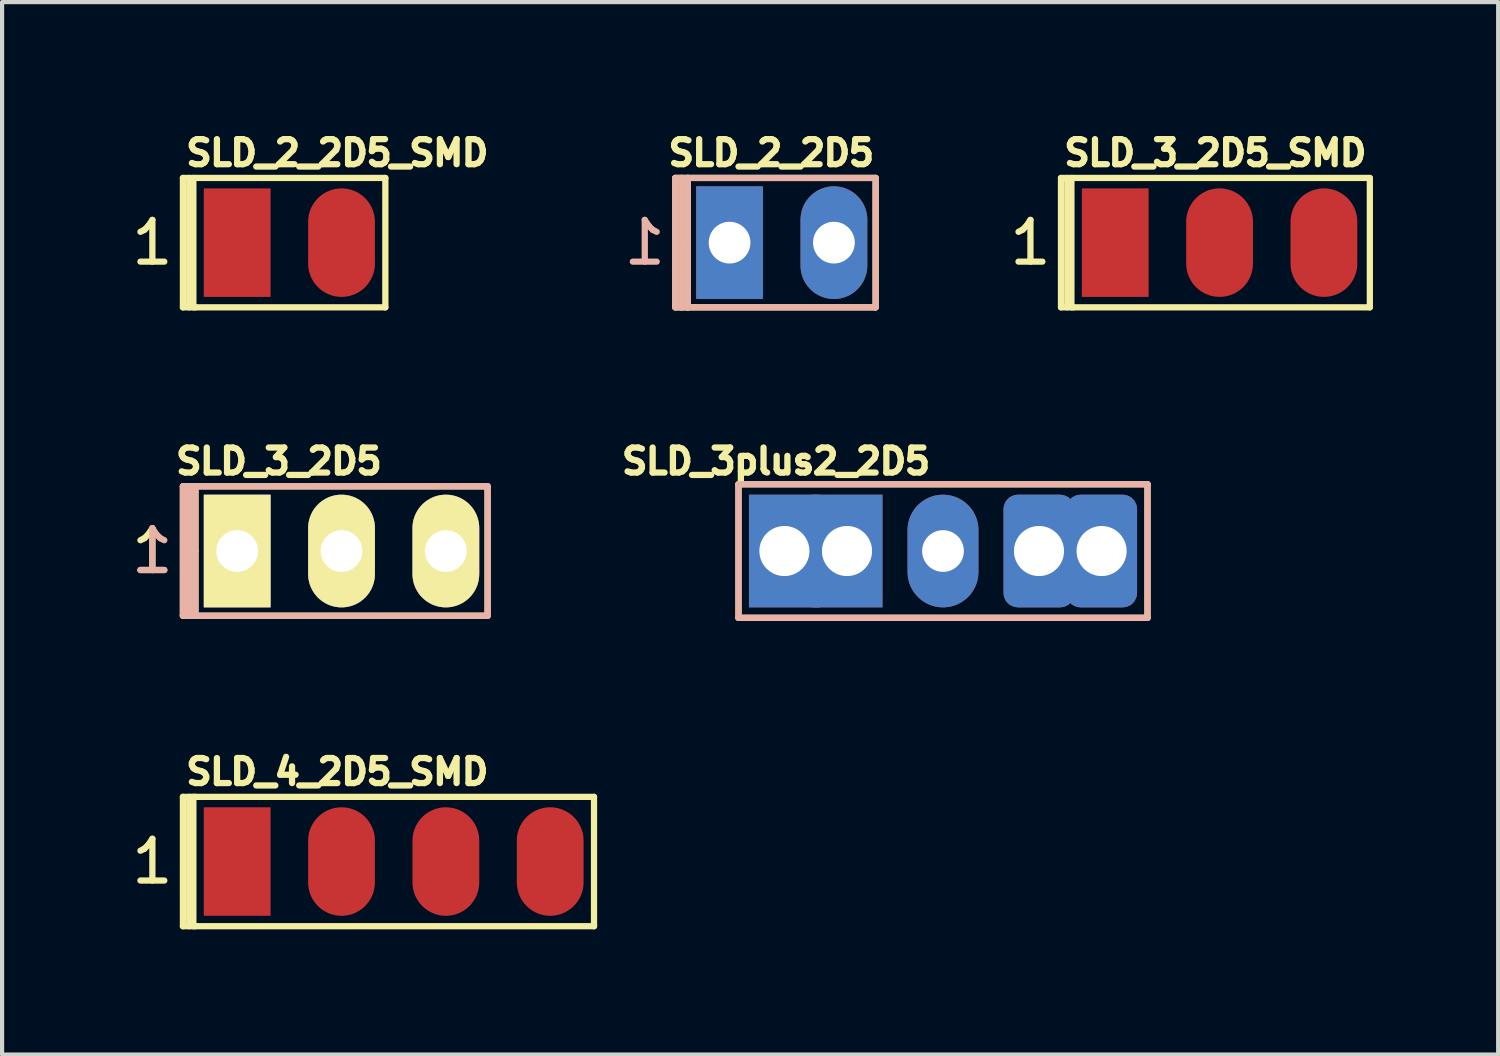
<source format=kicad_pcb>
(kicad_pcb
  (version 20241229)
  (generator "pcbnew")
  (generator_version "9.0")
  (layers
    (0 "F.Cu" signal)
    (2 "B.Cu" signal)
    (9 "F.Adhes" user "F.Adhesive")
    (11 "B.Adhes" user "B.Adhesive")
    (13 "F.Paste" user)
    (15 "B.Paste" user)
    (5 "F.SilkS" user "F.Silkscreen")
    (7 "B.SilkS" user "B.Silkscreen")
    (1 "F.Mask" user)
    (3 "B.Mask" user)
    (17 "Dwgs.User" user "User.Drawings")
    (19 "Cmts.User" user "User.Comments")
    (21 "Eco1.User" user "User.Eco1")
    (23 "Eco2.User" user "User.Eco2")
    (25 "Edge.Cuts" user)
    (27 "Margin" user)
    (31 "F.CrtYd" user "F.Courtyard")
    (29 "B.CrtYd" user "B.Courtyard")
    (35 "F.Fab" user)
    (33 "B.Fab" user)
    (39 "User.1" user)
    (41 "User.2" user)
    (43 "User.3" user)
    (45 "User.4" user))
  (footprint "SLD_3_2D5_SMD"
    (layer "F.Cu")
    (at 26.172 2.764)
    (property "Reference" "SLD_3_2D5_SMD" (at -0.1 -2.15 0) (layer "F.SilkS") (effects (font (size 0.6 0.6) (thickness 0.15))))
    (attr through_hole exclude_from_bom)
    (fp_line (start -3.8 -1.55) (end -3.8 1.55) (stroke (width 0.15) (type solid)) (layer "F.SilkS"))
    (fp_line (start -3.8 1.55) (end -3.5 1.55) (stroke (width 0.15) (type solid)) (layer "F.SilkS"))
    (fp_line (start -3.65 1.55) (end -3.65 -1.55) (stroke (width 0.15) (type solid)) (layer "F.SilkS"))
    (fp_line (start -3.55 1.55) (end -3.55 -1.55) (stroke (width 0.15) (type solid)) (layer "F.SilkS"))
    (fp_line (start -3.5 -1.55) (end -3.8 -1.55) (stroke (width 0.15) (type solid)) (layer "F.SilkS"))
    (fp_line (start -3.5 -1.55) (end 3.6 -1.55) (stroke (width 0.15) (type solid)) (layer "F.SilkS"))
    (fp_line (start 3.6 -1.55) (end 3.6 1.55) (stroke (width 0.15) (type solid)) (layer "F.SilkS"))
    (fp_line (start 3.6 1.55) (end -3.5 1.55) (stroke (width 0.15) (type solid)) (layer "F.SilkS"))
    (fp_text user "1" (at -4.532 0 0) (layer "F.SilkS") (effects (font (size 1 1) (thickness 0.15))))
    (pad "1" smd rect (at -2.5 0) (size 1.6 2.6) (layers "F.Cu" "F.Mask" "F.Paste"))
    (pad "2" smd oval (at 0 0) (size 1.6 2.6) (layers "F.Cu" "F.Mask" "F.Paste"))
    (pad "3" smd oval (at 2.5 0) (size 1.6 2.6) (layers "F.Cu" "F.Mask" "F.Paste")))
  (footprint "SLD_4_2D5_SMD"
    (layer "F.Cu")
    (at 6.383 17.593)
    (property "Reference" "SLD_4_2D5_SMD" (at -1.35 -2.15 0) (layer "F.SilkS") (effects (font (size 0.6 0.6) (thickness 0.15))))
    (attr through_hole exclude_from_bom)
    (fp_line (start -5.05 -1.55) (end -5.05 1.55) (stroke (width 0.15) (type solid)) (layer "F.SilkS"))
    (fp_line (start -5.05 1.55) (end -4.75 1.55) (stroke (width 0.15) (type solid)) (layer "F.SilkS"))
    (fp_line (start -4.9 1.55) (end -4.9 -1.55) (stroke (width 0.15) (type solid)) (layer "F.SilkS"))
    (fp_line (start -4.8 1.55) (end -4.8 -1.55) (stroke (width 0.15) (type solid)) (layer "F.SilkS"))
    (fp_line (start -4.75 -1.55) (end -5.05 -1.55) (stroke (width 0.15) (type solid)) (layer "F.SilkS"))
    (fp_line (start -4.75 -1.55) (end 4.8 -1.55) (stroke (width 0.15) (type solid)) (layer "F.SilkS"))
    (fp_line (start 4.8 -1.55) (end 4.8 1.55) (stroke (width 0.15) (type solid)) (layer "F.SilkS"))
    (fp_line (start 4.8 1.55) (end -4.75 1.55) (stroke (width 0.15) (type solid)) (layer "F.SilkS"))
    (fp_text user "1" (at -5.782 0 0) (layer "F.SilkS") (effects (font (size 1 1) (thickness 0.15))))
    (pad "1" smd rect (at -3.75 0) (size 1.6 2.6) (layers "F.Cu" "F.Mask" "F.Paste"))
    (pad "2" smd oval (at -1.25 0) (size 1.6 2.6) (layers "F.Cu" "F.Mask" "F.Paste"))
    (pad "3" smd oval (at 1.25 0) (size 1.6 2.6) (layers "F.Cu" "F.Mask" "F.Paste"))
    (pad "4" smd oval (at 3.75 0) (size 1.6 2.6) (layers "F.Cu" "F.Mask" "F.Paste")))
  (footprint "SLD_3plus2_2D5"
    (layer "F.Cu")
    (at 19.545 10.153)
    (property "Reference" "SLD_3plus2_2D5" (at -4 -2.15 0) (layer "F.SilkS") (effects (font (size 0.6 0.6) (thickness 0.15))))
    (fp_line (start -4.9 -1.6) (end -4.9 1.6) (stroke (width 0.15) (type solid)) (layer "F.SilkS"))
    (fp_line (start -4.9 -1.6) (end 4.9 -1.6) (stroke (width 0.15) (type solid)) (layer "F.SilkS"))
    (fp_line (start 4.9 -1.6) (end 4.9 1.6) (stroke (width 0.15) (type solid)) (layer "F.SilkS"))
    (fp_line (start 4.9 1.6) (end -4.9 1.6) (stroke (width 0.15) (type solid)) (layer "F.SilkS"))
    (fp_line (start -4.9 -1.6) (end 4.9 -1.6) (stroke (width 0.15) (type solid)) (layer "B.SilkS"))
    (fp_line (start -4.9 1.6) (end -4.9 -1.6) (stroke (width 0.15) (type solid)) (layer "B.SilkS"))
    (fp_line (start 4.9 -1.6) (end 4.9 1.6) (stroke (width 0.15) (type solid)) (layer "B.SilkS"))
    (fp_line (start 4.9 1.6) (end -4.9 1.6) (stroke (width 0.15) (type solid)) (layer "B.SilkS"))
    (pad "1" thru_hole rect (at -3.8 0) (size 1.7 2.7) (drill 1.2) (layers "*.Cu" "*.Mask"))
    (pad "2" thru_hole rect (at -2.3 0) (size 1.7 2.7) (drill 1.2) (layers "*.Cu" "*.Mask"))
    (pad "3" thru_hole oval (at 0 0) (size 1.7 2.7) (drill 1) (layers "*.Cu" "*.Mask"))
    (pad "4" thru_hole roundrect (at 2.3 0) (size 1.7 2.7) (drill 1.2) (layers "*.Cu" "*.Mask") (roundrect_rratio 0.2))
    (pad "5" thru_hole roundrect (at 3.8 0) (size 1.7 2.7) (drill 1.2) (layers "*.Cu" "*.Mask") (roundrect_rratio 0.2)))
  (footprint "SLD_2_2D5"
    (layer "F.Cu")
    (at 15.681 2.764)
    (property "Reference" "SLD_2_2D5" (at -0.25 -2.15 0) (layer "F.SilkS") (effects (font (size 0.6 0.6) (thickness 0.15))))
    (attr through_hole)
    (fp_line (start -2.55 -1.55) (end -2.55 1.55) (stroke (width 0.15) (type solid)) (layer "F.SilkS"))
    (fp_line (start -2.55 1.55) (end -2.25 1.55) (stroke (width 0.15) (type solid)) (layer "F.SilkS"))
    (fp_line (start -2.4 1.55) (end -2.4 -1.55) (stroke (width 0.15) (type solid)) (layer "F.SilkS"))
    (fp_line (start -2.25 -1.55) (end -2.55 -1.55) (stroke (width 0.15) (type solid)) (layer "F.SilkS"))
    (fp_line (start -2.25 -1.55) (end 2.25 -1.55) (stroke (width 0.15) (type solid)) (layer "F.SilkS"))
    (fp_line (start -2.25 0) (end -2.25 -1.55) (stroke (width 0.15) (type solid)) (layer "F.SilkS"))
    (fp_line (start -2.25 1.55) (end -2.25 0) (stroke (width 0.15) (type solid)) (layer "F.SilkS"))
    (fp_line (start 2.25 -1.55) (end 2.25 1.55) (stroke (width 0.15) (type solid)) (layer "F.SilkS"))
    (fp_line (start 2.25 1.55) (end -2.25 1.55) (stroke (width 0.15) (type solid)) (layer "F.SilkS"))
    (fp_line (start -2.55 -1.55) (end -2.4 -1.55) (stroke (width 0.15) (type solid)) (layer "B.SilkS"))
    (fp_line (start -2.55 1.55) (end -2.55 -1.55) (stroke (width 0.15) (type solid)) (layer "B.SilkS"))
    (fp_line (start -2.4 -1.55) (end -2.4 1.55) (stroke (width 0.15) (type solid)) (layer "B.SilkS"))
    (fp_line (start -2.4 1.55) (end -2.55 1.55) (stroke (width 0.15) (type solid)) (layer "B.SilkS"))
    (fp_line (start -2.4 1.55) (end -2.25 1.55) (stroke (width 0.15) (type solid)) (layer "B.SilkS"))
    (fp_line (start -2.25 -1.55) (end -2.4 -1.55) (stroke (width 0.15) (type solid)) (layer "B.SilkS"))
    (fp_line (start -2.25 -1.55) (end 2.25 -1.55) (stroke (width 0.15) (type solid)) (layer "B.SilkS"))
    (fp_line (start -2.25 1.55) (end -2.25 -1.55) (stroke (width 0.15) (type solid)) (layer "B.SilkS"))
    (fp_line (start 2.25 -1.55) (end 2.25 1.55) (stroke (width 0.15) (type solid)) (layer "B.SilkS"))
    (fp_line (start 2.25 1.55) (end -2.25 1.55) (stroke (width 0.15) (type solid)) (layer "B.SilkS"))
    (fp_text user "1" (at -3.282 0 0) (layer "B.SilkS") (effects (font (size 1 1) (thickness 0.15)) (justify mirror)))
    (pad "1" thru_hole rect (at -1.25 0) (size 1.6 2.7) (drill 1) (layers "*.Cu" "*.Mask"))
    (pad "2" thru_hole oval (at 1.25 0) (size 1.6 2.7) (drill 1) (layers "*.Cu" "*.Mask")))
  (footprint "SLD_3_2D5"
    (layer "F.Cu")
    (at 5.133 10.153)
    (property "Reference" "SLD_3_2D5" (at -1.5 -2.15 0) (layer "F.SilkS") (effects (font (size 0.6 0.6) (thickness 0.15))))
    (attr through_hole)
    (fp_line (start -3.8 -1.55) (end -3.8 1.55) (stroke (width 0.15) (type solid)) (layer "F.SilkS"))
    (fp_line (start -3.8 1.55) (end -3.5 1.55) (stroke (width 0.15) (type solid)) (layer "F.SilkS"))
    (fp_line (start -3.65 1.55) (end -3.65 -1.55) (stroke (width 0.15) (type solid)) (layer "F.SilkS"))
    (fp_line (start -3.5 -1.55) (end -3.8 -1.55) (stroke (width 0.15) (type solid)) (layer "F.SilkS"))
    (fp_line (start -3.5 -1.55) (end 3.5 -1.55) (stroke (width 0.15) (type solid)) (layer "F.SilkS"))
    (fp_line (start -3.5 0) (end -3.5 -1.55) (stroke (width 0.15) (type solid)) (layer "F.SilkS"))
    (fp_line (start -3.5 1.55) (end -3.5 0) (stroke (width 0.15) (type solid)) (layer "F.SilkS"))
    (fp_line (start 3.5 -1.55) (end 3.5 1.55) (stroke (width 0.15) (type solid)) (layer "F.SilkS"))
    (fp_line (start 3.5 1.55) (end -3.5 1.55) (stroke (width 0.15) (type solid)) (layer "F.SilkS"))
    (fp_line (start -3.8 -1.55) (end -3.65 -1.55) (stroke (width 0.15) (type solid)) (layer "B.SilkS"))
    (fp_line (start -3.8 1.55) (end -3.8 -1.55) (stroke (width 0.15) (type solid)) (layer "B.SilkS"))
    (fp_line (start -3.65 -1.55) (end -3.65 1.55) (stroke (width 0.15) (type solid)) (layer "B.SilkS"))
    (fp_line (start -3.65 1.55) (end -3.8 1.55) (stroke (width 0.15) (type solid)) (layer "B.SilkS"))
    (fp_line (start -3.65 1.55) (end -3.5 1.55) (stroke (width 0.15) (type solid)) (layer "B.SilkS"))
    (fp_line (start -3.5 -1.55) (end -3.65 -1.55) (stroke (width 0.15) (type solid)) (layer "B.SilkS"))
    (fp_line (start -3.5 -1.55) (end 3.5 -1.55) (stroke (width 0.15) (type solid)) (layer "B.SilkS"))
    (fp_line (start -3.5 1.55) (end -3.5 -1.55) (stroke (width 0.15) (type solid)) (layer "B.SilkS"))
    (fp_line (start 3.5 -1.55) (end 3.5 1.55) (stroke (width 0.15) (type solid)) (layer "B.SilkS"))
    (fp_line (start 3.5 1.55) (end -3.5 1.55) (stroke (width 0.15) (type solid)) (layer "B.SilkS"))
    (fp_text user "1" (at -4.532 0 0) (layer "F.SilkS") (effects (font (size 1 1) (thickness 0.15))))
    (fp_text user "1" (at -4.532 0 0) (layer "B.SilkS") (effects (font (size 1 1) (thickness 0.15)) (justify mirror)))
    (pad "1" thru_hole rect (at -2.5 0) (size 1.6 2.7) (drill 1) (layers "*.Cu" "*.Mask" "F.SilkS"))
    (pad "2" thru_hole oval (at 0 0) (size 1.6 2.7) (drill 1) (layers "*.Cu" "*.Mask" "F.SilkS"))
    (pad "3" thru_hole oval (at 2.5 0) (size 1.6 2.7) (drill 1) (layers "*.Cu" "*.Mask" "F.SilkS")))
  (footprint "SLD_2_2D5_SMD"
    (layer "F.Cu")
    (at 3.883 2.764)
    (property "Reference" "SLD_2_2D5_SMD" (at 1.15 -2.15 0) (layer "F.SilkS") (effects (font (size 0.6 0.6) (thickness 0.15))))
    (attr through_hole exclude_from_bom)
    (fp_line (start -2.55 -1.55) (end -2.55 1.55) (stroke (width 0.15) (type solid)) (layer "F.SilkS"))
    (fp_line (start -2.55 1.55) (end -2.25 1.55) (stroke (width 0.15) (type solid)) (layer "F.SilkS"))
    (fp_line (start -2.4 1.55) (end -2.4 -1.55) (stroke (width 0.15) (type solid)) (layer "F.SilkS"))
    (fp_line (start -2.3 1.55) (end -2.3 -1.55) (stroke (width 0.15) (type solid)) (layer "F.SilkS"))
    (fp_line (start -2.25 -1.55) (end -2.55 -1.55) (stroke (width 0.15) (type solid)) (layer "F.SilkS"))
    (fp_line (start -2.25 -1.55) (end 2.3 -1.55) (stroke (width 0.15) (type solid)) (layer "F.SilkS"))
    (fp_line (start 2.3 -1.55) (end 2.3 1.55) (stroke (width 0.15) (type solid)) (layer "F.SilkS"))
    (fp_line (start 2.3 1.55) (end -2.25 1.55) (stroke (width 0.15) (type solid)) (layer "F.SilkS"))
    (fp_text user "1" (at -3.282 0 0) (layer "F.SilkS") (effects (font (size 1 1) (thickness 0.15))))
    (pad "1" smd rect (at -1.25 0) (size 1.6 2.6) (layers "F.Cu" "F.Mask" "F.Paste"))
    (pad "2" smd oval (at 1.25 0) (size 1.6 2.6) (layers "F.Cu" "F.Mask" "F.Paste")))
  (gr_rect
    (start -3 -3)
    (end 32.847 22.218)
    (stroke (width 0.1) (type default))
    (fill no)
    (layer "Edge.Cuts")))
</source>
